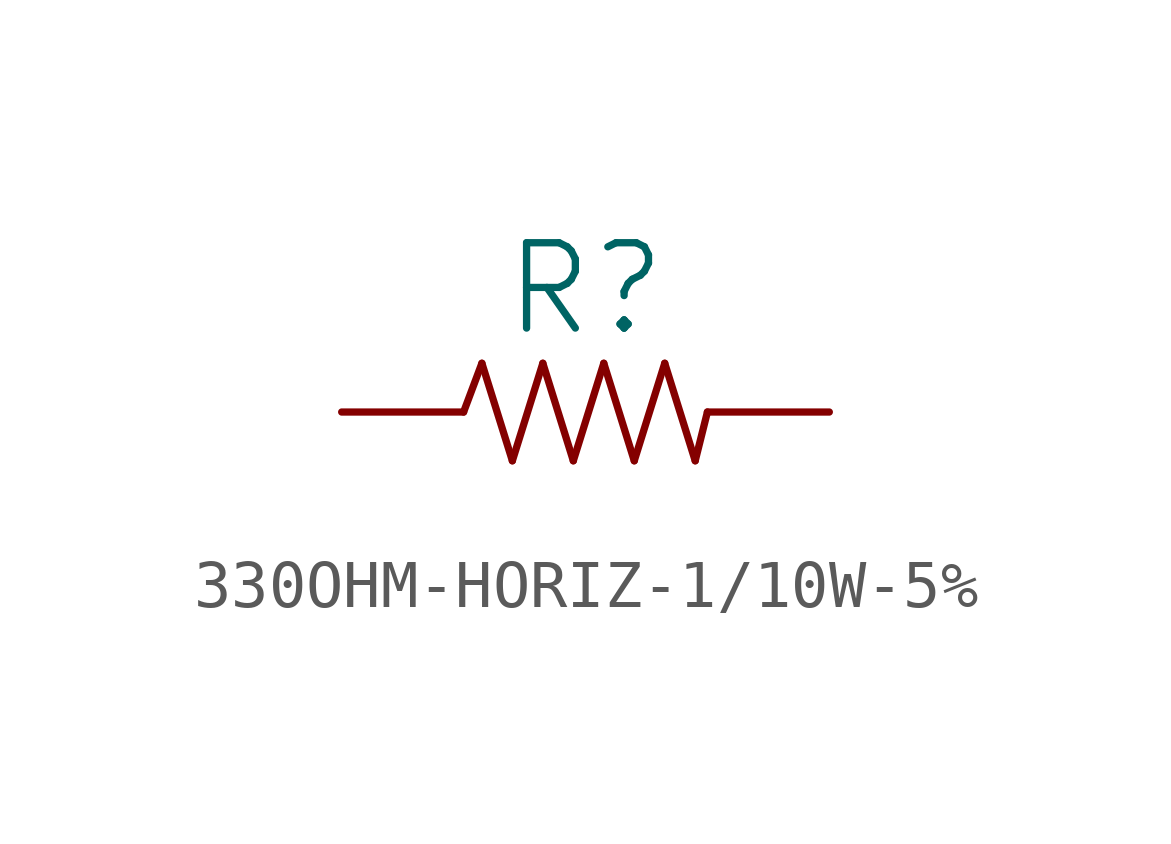
<source format=kicad_sym>
(kicad_symbol_lib
  (version 20231120)
  (generator "kicad_symbol_editor")
  (generator_version "8.0")
  (symbol "330OHM-HORIZ-1/10W-5%"
    (property "Reference" "R"
      (at 0 1.524 0)
      (effects (font (size 1.778 1.778)) (justify bottom)))
    (property "Value" ""
      (at 0 -1.524 0)
      (effects (font (size 1.778 1.778)) (justify top)))
    (property "ki_locked" ""
      (at 0 0 0)
      (effects (font (size 1.27 1.27))))
    (symbol "330OHM-HORIZ-1/10W-5%_1_0"
      (polyline (pts (xy -2.54 0) (xy -2.159 1.016)) (stroke (width 0.152) (type solid)) (fill (type none)))
      (polyline (pts (xy -2.159 1.016) (xy -1.524 -1.016)) (stroke (width 0.152) (type solid)) (fill (type none)))
      (polyline (pts (xy -1.524 -1.016) (xy -0.889 1.016)) (stroke (width 0.152) (type solid)) (fill (type none)))
      (polyline (pts (xy -0.889 1.016) (xy -0.254 -1.016)) (stroke (width 0.152) (type solid)) (fill (type none)))
      (polyline (pts (xy -0.254 -1.016) (xy 0.381 1.016)) (stroke (width 0.152) (type solid)) (fill (type none)))
      (polyline (pts (xy 0.381 1.016) (xy 1.016 -1.016)) (stroke (width 0.152) (type solid)) (fill (type none)))
      (polyline (pts (xy 1.016 -1.016) (xy 1.651 1.016)) (stroke (width 0.152) (type solid)) (fill (type none)))
      (polyline (pts (xy 1.651 1.016) (xy 2.286 -1.016)) (stroke (width 0.152) (type solid)) (fill (type none)))
      (polyline (pts (xy 2.286 -1.016) (xy 2.54 0)) (stroke (width 0.152) (type solid)) (fill (type none)))
      (pin passive line (at -5.08 0 0) (length 2.54) (name "1" (effects (font (size 0 0)))) (number "P$1" (effects (font (size 0 0)))))
      (pin passive line (at 5.08 0 180) (length 2.54) (name "2" (effects (font (size 0 0)))) (number "P$2" (effects (font (size 0 0))))))))
</source>
